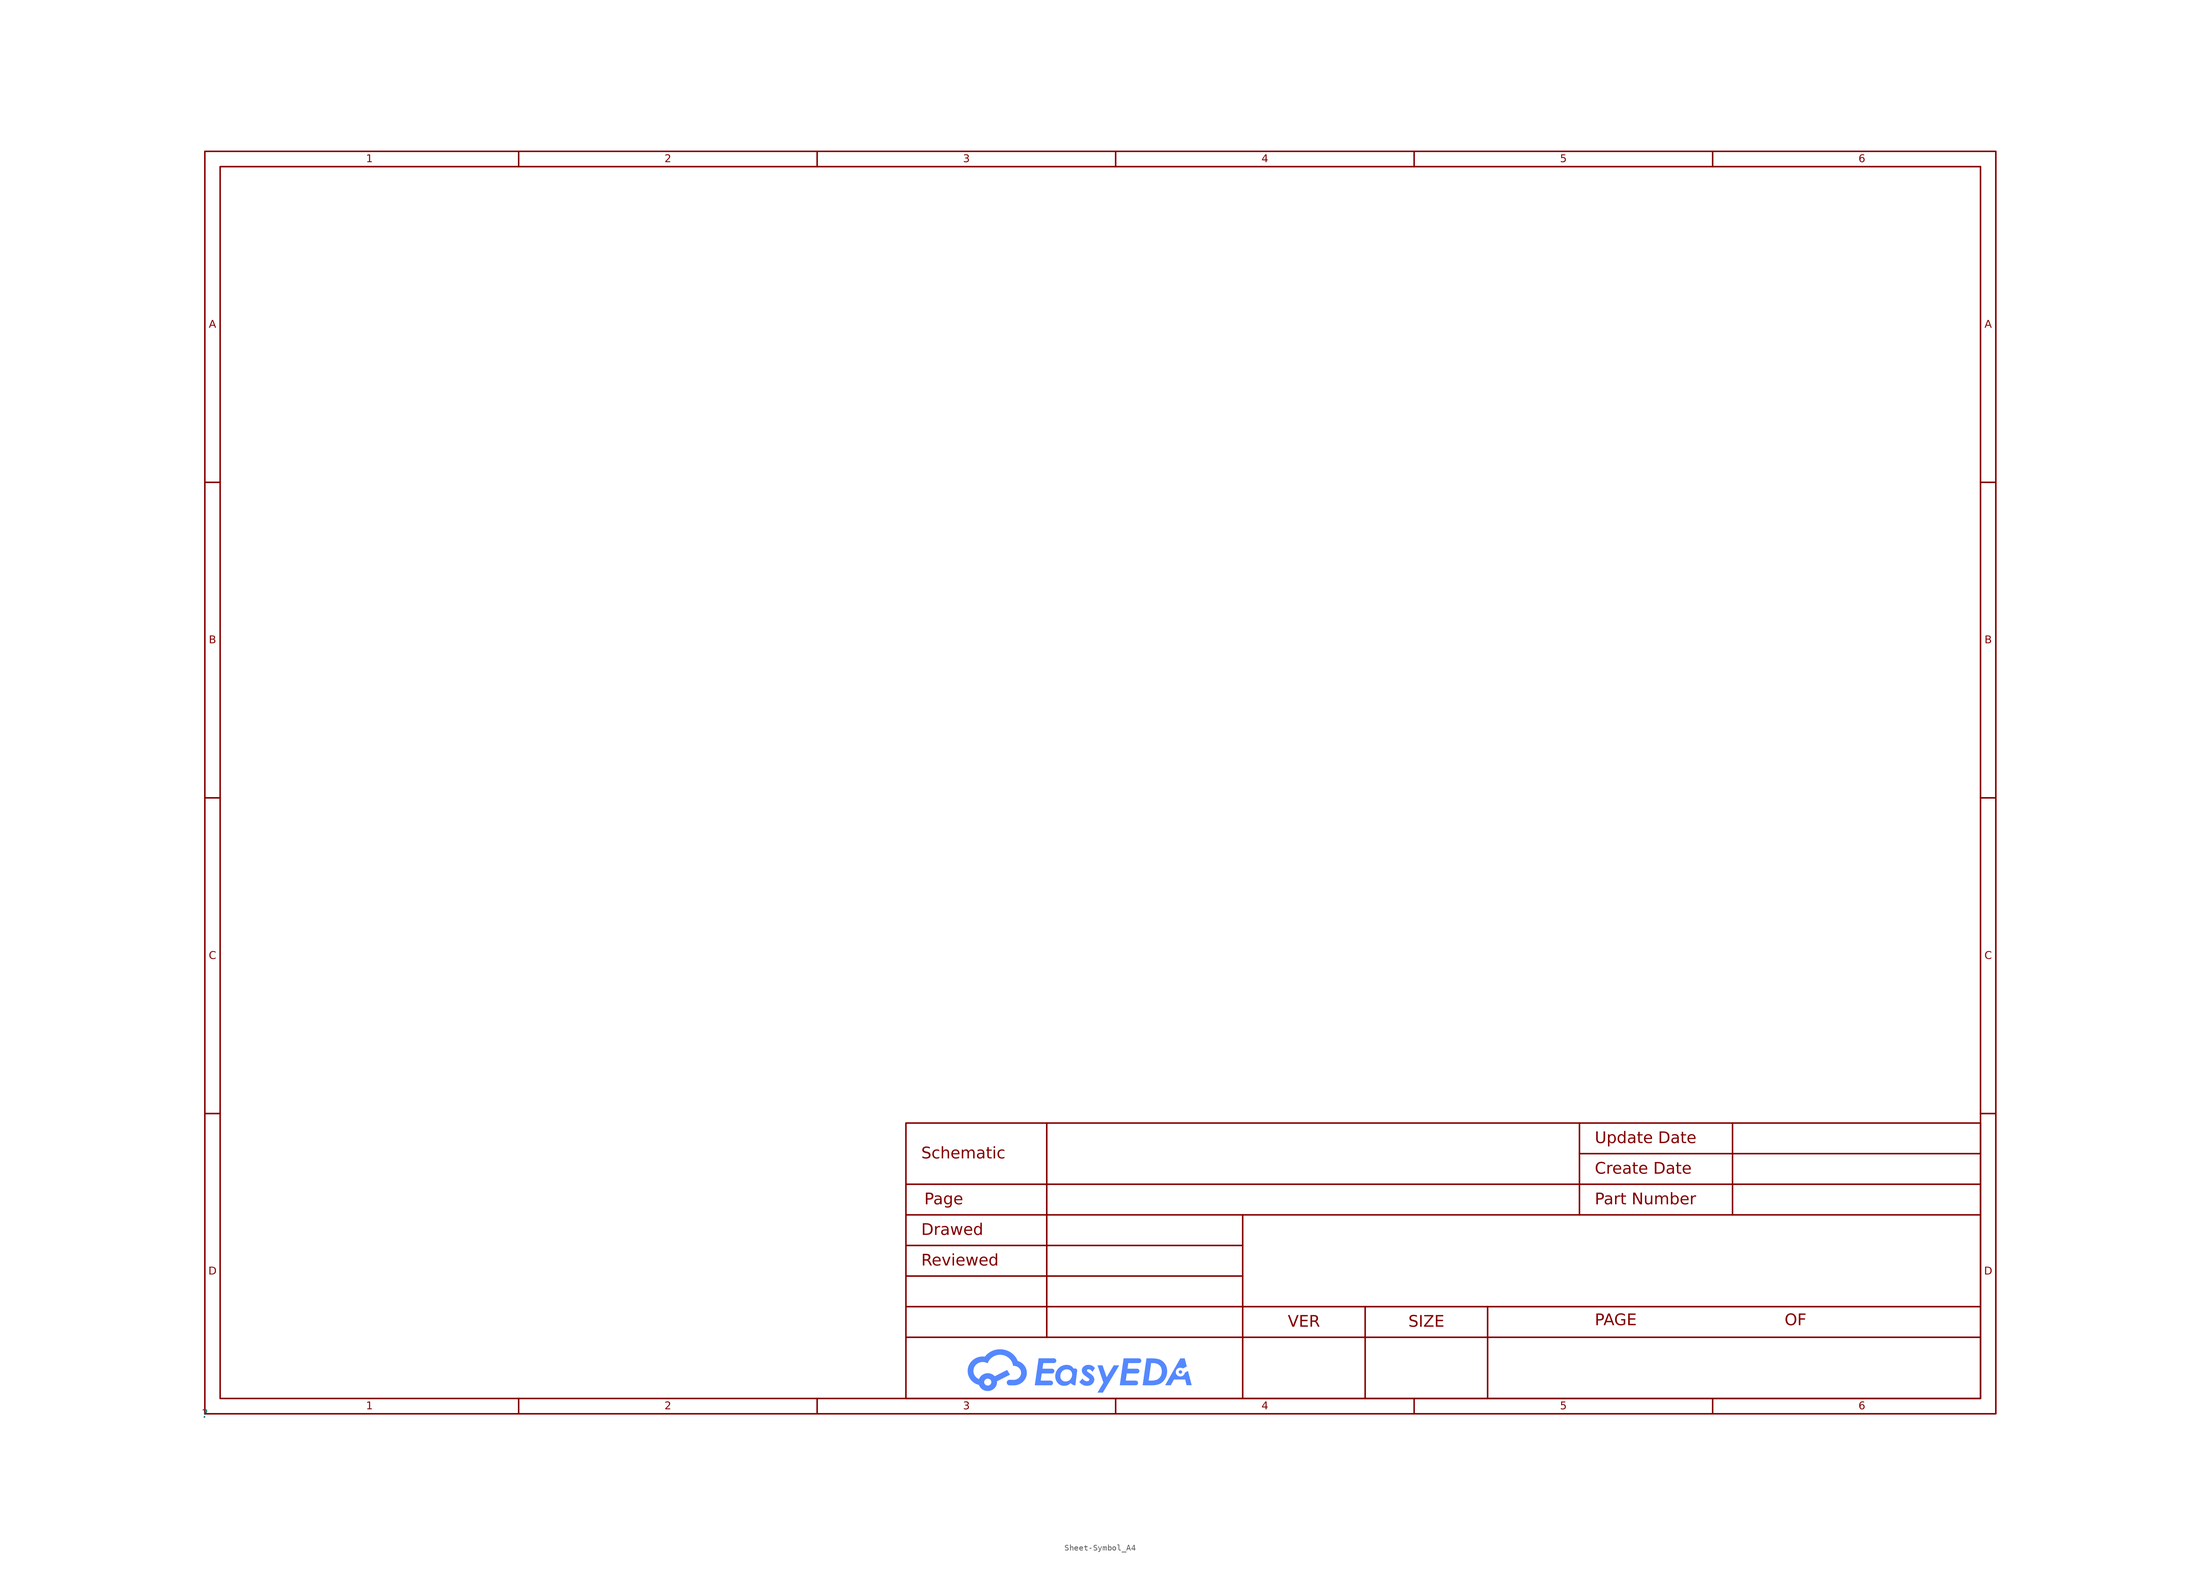
<source format=kicad_sym>
(kicad_symbol_lib
  (version 20231120)
  (generator "kicad_symbol_editor")
  (generator_version "8.0")
  (symbol "Sheet-Symbol_A4"
    (property "Reference" ""
      (at 0 0 0)
      (effects (font (size 1.27 1.27))))
    (property "Value" ""
      (at 0 0 0)
      (effects (font (size 1.27 1.27))))
    (symbol "Sheet-Symbol_A4_0_0"
      (polyline (pts (xy 149.632 6.075) (xy 150.813 8.041) (xy 151.727 8.041) (xy 149.013 3.514) (xy 148.118 3.514) (xy 149.099 5.179) (xy 148.127 8.041) (xy 148.96 8.041) (xy 149.632 6.075)) (stroke (width -0.0001) (type solid)) (fill (type color) (color 85 136 255 1)))
      (polyline (pts (xy 162.939 7.856) (xy 162.295 7.515) (xy 162.272 7.529) (xy 162.248 7.543) (xy 162.224 7.556) (xy 162.199 7.569) (xy 162.174 7.58) (xy 162.148 7.591) (xy 162.121 7.601) (xy 162.095 7.61) (xy 162.067 7.617) (xy 162.039 7.624) (xy 162.011 7.63) (xy 161.982 7.635) (xy 161.953 7.639) (xy 161.924 7.642) (xy 161.894 7.644) (xy 161.865 7.644) (xy 161.826 7.643) (xy 161.787 7.64) (xy 161.75 7.636) (xy 161.713 7.63) (xy 161.676 7.621) (xy 161.641 7.612) (xy 161.606 7.6) (xy 161.571 7.587) (xy 161.538 7.573) (xy 161.505 7.557) (xy 161.474 7.54) (xy 161.443 7.521) (xy 161.414 7.501) (xy 161.385 7.479) (xy 161.358 7.456) (xy 161.332 7.433) (xy 161.307 7.407) (xy 161.283 7.381) (xy 161.261 7.354) (xy 161.24 7.325) (xy 161.22 7.296) (xy 161.202 7.266) (xy 161.185 7.235) (xy 161.17 7.203) (xy 161.157 7.17) (xy 161.145 7.136) (xy 161.135 7.102) (xy 161.126 7.067) (xy 161.12 7.031) (xy 161.115 6.995) (xy 161.112 6.958) (xy 161.111 6.921) (xy 161.112 6.884) (xy 161.115 6.847) (xy 161.12 6.811) (xy 161.126 6.776) (xy 161.135 6.74) (xy 161.145 6.706) (xy 161.157 6.673) (xy 161.17 6.64) (xy 161.185 6.608) (xy 161.202 6.577) (xy 161.22 6.546) (xy 161.24 6.517) (xy 161.261 6.489) (xy 161.283 6.461) (xy 161.307 6.435) (xy 161.332 6.41) (xy 161.358 6.386) (xy 161.385 6.363) (xy 161.414 6.342) (xy 161.443 6.322) (xy 161.474 6.303) (xy 161.505 6.285) (xy 161.538 6.269) (xy 161.571 6.255) (xy 161.606 6.242) (xy 161.641 6.231) (xy 161.676 6.221) (xy 161.713 6.213) (xy 161.75 6.207) (xy 161.787 6.202) (xy 161.826 6.199) (xy 161.865 6.198) (xy 161.901 6.199) (xy 161.936 6.202) (xy 161.971 6.205) (xy 162.006 6.211) (xy 162.04 6.218) (xy 162.073 6.226) (xy 162.106 6.236) (xy 162.139 6.247) (xy 162.17 6.26) (xy 162.201 6.274) (xy 162.231 6.289) (xy 162.26 6.306) (xy 162.288 6.323) (xy 162.316 6.342) (xy 162.343 6.362) (xy 162.368 6.383) (xy 162.393 6.405) (xy 162.416 6.428) (xy 162.439 6.452) (xy 162.46 6.477) (xy 162.48 6.503) (xy 162.499 6.53) (xy 162.517 6.558) (xy 162.533 6.586) (xy 162.548 6.615) (xy 162.562 6.645) (xy 162.574 6.676) (xy 162.585 6.707) (xy 162.595 6.739) (xy 162.602 6.772) (xy 162.609 6.805) (xy 162.613 6.839) (xy 163.132 7.113) (xy 163.751 4.737) (xy 162.904 4.737) (xy 162.658 5.687) (xy 160.811 5.687) (xy 160.281 4.737) (xy 159.341 4.737) (xy 161.853 9.199) (xy 162.59 9.199) (xy 162.939 7.856)) (stroke (width -0.0001) (type solid)) (fill (type color) (color 85 136 255 1)))
      (polyline (pts (xy 161.893 7.218) (xy 161.908 7.216) (xy 161.923 7.215) (xy 161.937 7.212) (xy 161.951 7.209) (xy 161.965 7.205) (xy 161.978 7.201) (xy 161.992 7.196) (xy 162.005 7.191) (xy 162.017 7.184) (xy 162.029 7.178) (xy 162.041 7.17) (xy 162.052 7.163) (xy 162.063 7.154) (xy 162.074 7.146) (xy 162.084 7.136) (xy 162.094 7.127) (xy 162.103 7.117) (xy 162.112 7.106) (xy 162.12 7.095) (xy 162.127 7.084) (xy 162.134 7.072) (xy 162.141 7.06) (xy 162.146 7.048) (xy 162.152 7.035) (xy 162.156 7.022) (xy 162.16 7.009) (xy 162.163 6.995) (xy 162.166 6.981) (xy 162.168 6.968) (xy 162.169 6.953) (xy 162.169 6.939) (xy 162.169 6.925) (xy 162.168 6.911) (xy 162.166 6.897) (xy 162.163 6.883) (xy 162.16 6.869) (xy 162.156 6.856) (xy 162.152 6.843) (xy 162.146 6.83) (xy 162.141 6.818) (xy 162.134 6.806) (xy 162.127 6.795) (xy 162.12 6.783) (xy 162.112 6.772) (xy 162.103 6.762) (xy 162.094 6.752) (xy 162.084 6.742) (xy 162.074 6.733) (xy 162.063 6.724) (xy 162.052 6.716) (xy 162.041 6.708) (xy 162.029 6.701) (xy 162.017 6.694) (xy 162.005 6.688) (xy 161.992 6.682) (xy 161.978 6.677) (xy 161.965 6.673) (xy 161.951 6.669) (xy 161.937 6.666) (xy 161.923 6.663) (xy 161.908 6.662) (xy 161.893 6.66) (xy 161.879 6.66) (xy 161.864 6.66) (xy 161.849 6.662) (xy 161.834 6.663) (xy 161.82 6.666) (xy 161.806 6.669) (xy 161.792 6.673) (xy 161.779 6.677) (xy 161.765 6.682) (xy 161.752 6.688) (xy 161.74 6.694) (xy 161.728 6.701) (xy 161.716 6.708) (xy 161.705 6.716) (xy 161.694 6.724) (xy 161.683 6.733) (xy 161.673 6.742) (xy 161.663 6.752) (xy 161.654 6.762) (xy 161.646 6.772) (xy 161.637 6.783) (xy 161.63 6.795) (xy 161.623 6.806) (xy 161.617 6.818) (xy 161.611 6.83) (xy 161.606 6.843) (xy 161.601 6.856) (xy 161.597 6.869) (xy 161.594 6.883) (xy 161.591 6.897) (xy 161.589 6.911) (xy 161.588 6.925) (xy 161.588 6.939) (xy 161.588 6.953) (xy 161.589 6.968) (xy 161.591 6.981) (xy 161.594 6.995) (xy 161.597 7.009) (xy 161.601 7.022) (xy 161.606 7.035) (xy 161.611 7.048) (xy 161.617 7.06) (xy 161.623 7.072) (xy 161.63 7.084) (xy 161.637 7.095) (xy 161.646 7.106) (xy 161.654 7.117) (xy 161.663 7.127) (xy 161.673 7.136) (xy 161.683 7.146) (xy 161.694 7.154) (xy 161.705 7.163) (xy 161.716 7.17) (xy 161.728 7.178) (xy 161.74 7.184) (xy 161.752 7.191) (xy 161.765 7.196) (xy 161.779 7.201) (xy 161.792 7.205) (xy 161.806 7.209) (xy 161.82 7.212) (xy 161.834 7.215) (xy 161.849 7.216) (xy 161.864 7.218) (xy 161.879 7.218) (xy 161.893 7.218)) (stroke (width -0.0001) (type solid)) (fill (type color) (color 85 136 255 1)))
      (polyline (pts (xy 157.114 9.205) (xy 157.238 9.202) (xy 157.357 9.198) (xy 157.473 9.191) (xy 157.584 9.183) (xy 157.692 9.173) (xy 157.795 9.161) (xy 157.893 9.147) (xy 157.988 9.132) (xy 158.078 9.114) (xy 158.165 9.095) (xy 158.247 9.073) (xy 158.325 9.05) (xy 158.399 9.025) (xy 158.469 8.998) (xy 158.534 8.97) (xy 158.597 8.939) (xy 158.659 8.907) (xy 158.719 8.872) (xy 158.777 8.835) (xy 158.834 8.796) (xy 158.889 8.755) (xy 158.943 8.712) (xy 158.995 8.667) (xy 159.046 8.62) (xy 159.095 8.57) (xy 159.143 8.518) (xy 159.189 8.465) (xy 159.234 8.409) (xy 159.278 8.351) (xy 159.32 8.291) (xy 159.36 8.229) (xy 159.398 8.165) (xy 159.434 8.1) (xy 159.468 8.034) (xy 159.499 7.966) (xy 159.528 7.897) (xy 159.554 7.827) (xy 159.577 7.756) (xy 159.599 7.684) (xy 159.617 7.61) (xy 159.633 7.535) (xy 159.647 7.459) (xy 159.659 7.382) (xy 159.667 7.304) (xy 159.673 7.224) (xy 159.677 7.144) (xy 159.679 7.062) (xy 159.677 6.977) (xy 159.673 6.894) (xy 159.667 6.811) (xy 159.658 6.729) (xy 159.646 6.648) (xy 159.631 6.568) (xy 159.614 6.489) (xy 159.595 6.41) (xy 159.572 6.333) (xy 159.547 6.256) (xy 159.519 6.181) (xy 159.489 6.106) (xy 159.456 6.032) (xy 159.421 5.958) (xy 159.382 5.886) (xy 159.341 5.814) (xy 159.298 5.745) (xy 159.254 5.678) (xy 159.208 5.613) (xy 159.161 5.551) (xy 159.112 5.49) (xy 159.062 5.433) (xy 159.011 5.377) (xy 158.958 5.324) (xy 158.904 5.274) (xy 158.849 5.226) (xy 158.792 5.18) (xy 158.734 5.136) (xy 158.674 5.095) (xy 158.613 5.057) (xy 158.551 5.021) (xy 158.488 4.987) (xy 158.422 4.955) (xy 158.353 4.926) (xy 158.281 4.898) (xy 158.206 4.872) (xy 158.128 4.849) (xy 158.046 4.828) (xy 157.962 4.808) (xy 157.874 4.791) (xy 157.783 4.776) (xy 157.689 4.762) (xy 157.592 4.751) (xy 157.492 4.742) (xy 157.389 4.735) (xy 157.282 4.73) (xy 157.173 4.727) (xy 157.06 4.726) (xy 155.609 4.726) (xy 155.72 5.509) (xy 156.604 5.509) (xy 156.893 5.509) (xy 157.053 5.511) (xy 157.202 5.516) (xy 157.273 5.519) (xy 157.34 5.524) (xy 157.405 5.529) (xy 157.467 5.536) (xy 157.525 5.543) (xy 157.581 5.551) (xy 157.635 5.559) (xy 157.685 5.569) (xy 157.732 5.58) (xy 157.777 5.591) (xy 157.819 5.603) (xy 157.858 5.616) (xy 157.909 5.636) (xy 157.96 5.657) (xy 158.009 5.68) (xy 158.056 5.705) (xy 158.103 5.731) (xy 158.148 5.76) (xy 158.192 5.79) (xy 158.235 5.822) (xy 158.276 5.855) (xy 158.316 5.89) (xy 158.355 5.927) (xy 158.392 5.965) (xy 158.429 6.005) (xy 158.464 6.047) (xy 158.497 6.091) (xy 158.53 6.136) (xy 158.56 6.183) (xy 158.589 6.231) (xy 158.616 6.28) (xy 158.641 6.331) (xy 158.664 6.383) (xy 158.685 6.437) (xy 158.703 6.492) (xy 158.72 6.548) (xy 158.735 6.606) (xy 158.748 6.665) (xy 158.759 6.725) (xy 158.768 6.787) (xy 158.776 6.85) (xy 158.781 6.914) (xy 158.784 6.979) (xy 158.786 7.046) (xy 158.785 7.101) (xy 158.783 7.155) (xy 158.779 7.208) (xy 158.774 7.26) (xy 158.768 7.31) (xy 158.76 7.359) (xy 158.751 7.408) (xy 158.74 7.455) (xy 158.728 7.501) (xy 158.715 7.546) (xy 158.701 7.589) (xy 158.684 7.632) (xy 158.667 7.673) (xy 158.648 7.714) (xy 158.628 7.753) (xy 158.606 7.791) (xy 158.583 7.829) (xy 158.559 7.865) (xy 158.534 7.899) (xy 158.507 7.933) (xy 158.479 7.966) (xy 158.451 7.998) (xy 158.421 8.028) (xy 158.39 8.058) (xy 158.358 8.086) (xy 158.325 8.114) (xy 158.29 8.14) (xy 158.255 8.165) (xy 158.218 8.189) (xy 158.181 8.213) (xy 158.142 8.235) (xy 158.102 8.256) (xy 158.06 8.275) (xy 158.017 8.294) (xy 157.972 8.311) (xy 157.926 8.327) (xy 157.878 8.342) (xy 157.828 8.355) (xy 157.776 8.367) (xy 157.723 8.378) (xy 157.668 8.387) (xy 157.612 8.396) (xy 157.554 8.403) (xy 157.494 8.408) (xy 157.432 8.413) (xy 157.368 8.416) (xy 157.303 8.418) (xy 157.237 8.418) (xy 157.016 8.418) (xy 156.604 5.509) (xy 155.72 5.509) (xy 156.246 9.206) (xy 156.986 9.206) (xy 157.114 9.205)) (stroke (width -0.0001) (type solid)) (fill (type color) (color 85 136 255 1)))
      (polyline (pts (xy 140.893 9.21) (xy 140.914 9.209) (xy 140.934 9.206) (xy 140.955 9.203) (xy 140.975 9.198) (xy 140.994 9.193) (xy 141.013 9.186) (xy 141.032 9.179) (xy 141.051 9.171) (xy 141.068 9.162) (xy 141.086 9.153) (xy 141.103 9.143) (xy 141.119 9.132) (xy 141.135 9.12) (xy 141.149 9.107) (xy 141.164 9.094) (xy 141.178 9.08) (xy 141.191 9.066) (xy 141.203 9.051) (xy 141.214 9.035) (xy 141.225 9.019) (xy 141.235 9.002) (xy 141.244 8.985) (xy 141.253 8.968) (xy 141.26 8.95) (xy 141.267 8.931) (xy 141.272 8.912) (xy 141.277 8.893) (xy 141.281 8.874) (xy 141.283 8.854) (xy 141.285 8.834) (xy 141.285 8.813) (xy 141.285 8.793) (xy 141.283 8.773) (xy 141.281 8.753) (xy 141.277 8.733) (xy 141.272 8.714) (xy 141.267 8.695) (xy 141.26 8.677) (xy 141.253 8.659) (xy 141.244 8.642) (xy 141.235 8.624) (xy 141.225 8.608) (xy 141.214 8.592) (xy 141.203 8.576) (xy 141.191 8.561) (xy 141.178 8.547) (xy 141.164 8.533) (xy 141.149 8.52) (xy 141.135 8.507) (xy 141.119 8.495) (xy 141.103 8.484) (xy 141.086 8.474) (xy 141.068 8.464) (xy 141.051 8.456) (xy 141.032 8.447) (xy 141.013 8.44) (xy 140.994 8.434) (xy 140.975 8.429) (xy 140.955 8.424) (xy 140.934 8.421) (xy 140.914 8.418) (xy 140.893 8.417) (xy 140.871 8.416) (xy 139.125 8.414) (xy 138.99 7.484) (xy 140.627 7.484) (xy 140.645 7.48) (xy 140.663 7.476) (xy 140.681 7.471) (xy 140.698 7.466) (xy 140.715 7.46) (xy 140.732 7.453) (xy 140.748 7.445) (xy 140.763 7.437) (xy 140.779 7.428) (xy 140.793 7.419) (xy 140.808 7.409) (xy 140.822 7.398) (xy 140.835 7.387) (xy 140.848 7.375) (xy 140.86 7.363) (xy 140.872 7.35) (xy 140.883 7.337) (xy 140.894 7.323) (xy 140.904 7.309) (xy 140.913 7.294) (xy 140.922 7.279) (xy 140.929 7.264) (xy 140.937 7.248) (xy 140.943 7.232) (xy 140.949 7.215) (xy 140.954 7.198) (xy 140.958 7.181) (xy 140.962 7.163) (xy 140.964 7.146) (xy 140.966 7.128) (xy 140.967 7.109) (xy 140.967 7.091) (xy 140.966 7.07) (xy 140.965 7.05) (xy 140.962 7.03) (xy 140.958 7.011) (xy 140.954 6.992) (xy 140.948 6.973) (xy 140.942 6.955) (xy 140.934 6.936) (xy 140.926 6.919) (xy 140.917 6.902) (xy 140.907 6.885) (xy 140.896 6.869) (xy 140.884 6.854) (xy 140.872 6.838) (xy 140.859 6.824) (xy 140.845 6.81) (xy 140.831 6.797) (xy 140.816 6.785) (xy 140.8 6.773) (xy 140.784 6.762) (xy 140.767 6.751) (xy 140.75 6.742) (xy 140.732 6.733) (xy 140.714 6.725) (xy 140.695 6.718) (xy 140.676 6.712) (xy 140.656 6.706) (xy 140.636 6.702) (xy 140.616 6.698) (xy 140.595 6.696) (xy 140.574 6.694) (xy 140.553 6.694) (xy 138.871 6.696) (xy 138.699 5.507) (xy 140.332 5.509) (xy 140.353 5.508) (xy 140.374 5.507) (xy 140.394 5.504) (xy 140.414 5.501) (xy 140.434 5.496) (xy 140.453 5.491) (xy 140.472 5.485) (xy 140.491 5.478) (xy 140.509 5.47) (xy 140.527 5.461) (xy 140.544 5.452) (xy 140.56 5.442) (xy 140.577 5.431) (xy 140.592 5.419) (xy 140.607 5.407) (xy 140.621 5.394) (xy 140.635 5.38) (xy 140.648 5.366) (xy 140.66 5.351) (xy 140.671 5.335) (xy 140.682 5.319) (xy 140.692 5.303) (xy 140.701 5.286) (xy 140.709 5.269) (xy 140.716 5.251) (xy 140.723 5.233) (xy 140.728 5.214) (xy 140.733 5.195) (xy 140.737 5.176) (xy 140.739 5.156) (xy 140.741 5.136) (xy 140.741 5.116) (xy 140.741 5.096) (xy 140.739 5.077) (xy 140.737 5.058) (xy 140.733 5.039) (xy 140.729 5.02) (xy 140.723 5.002) (xy 140.717 4.984) (xy 140.71 4.966) (xy 140.702 4.949) (xy 140.693 4.933) (xy 140.683 4.916) (xy 140.673 4.901) (xy 140.662 4.885) (xy 140.65 4.871) (xy 140.637 4.856) (xy 140.624 4.843) (xy 140.61 4.83) (xy 140.596 4.818) (xy 140.581 4.806) (xy 140.565 4.795) (xy 140.549 4.785) (xy 140.532 4.775) (xy 140.515 4.767) (xy 140.497 4.759) (xy 140.479 4.752) (xy 140.46 4.745) (xy 140.441 4.74) (xy 140.422 4.735) (xy 140.402 4.731) (xy 140.382 4.728) (xy 140.362 4.726) (xy 140.341 4.726) (xy 137.709 4.726) (xy 138.351 9.211) (xy 140.871 9.211) (xy 140.893 9.21)) (stroke (width -0.0001) (type solid)) (fill (type color) (color 85 136 255 1)))
      (polyline (pts (xy 154.995 9.208) (xy 155.016 9.206) (xy 155.037 9.204) (xy 155.058 9.2) (xy 155.078 9.196) (xy 155.098 9.19) (xy 155.117 9.184) (xy 155.136 9.177) (xy 155.154 9.169) (xy 155.172 9.16) (xy 155.189 9.151) (xy 155.206 9.14) (xy 155.222 9.129) (xy 155.238 9.118) (xy 155.253 9.105) (xy 155.268 9.092) (xy 155.281 9.078) (xy 155.295 9.064) (xy 155.307 9.049) (xy 155.319 9.034) (xy 155.33 9.017) (xy 155.34 9.001) (xy 155.349 8.984) (xy 155.357 8.966) (xy 155.365 8.948) (xy 155.372 8.93) (xy 155.378 8.912) (xy 155.383 8.893) (xy 155.387 8.873) (xy 155.389 8.854) (xy 155.392 8.834) (xy 155.393 8.813) (xy 155.392 8.793) (xy 155.39 8.773) (xy 155.388 8.753) (xy 155.384 8.733) (xy 155.379 8.714) (xy 155.374 8.695) (xy 155.367 8.677) (xy 155.36 8.659) (xy 155.351 8.642) (xy 155.342 8.624) (xy 155.332 8.608) (xy 155.322 8.592) (xy 155.31 8.576) (xy 155.298 8.561) (xy 155.285 8.547) (xy 155.271 8.533) (xy 155.257 8.52) (xy 155.242 8.507) (xy 155.226 8.495) (xy 155.21 8.484) (xy 155.193 8.474) (xy 155.175 8.464) (xy 155.158 8.456) (xy 155.139 8.447) (xy 155.12 8.44) (xy 155.101 8.434) (xy 155.082 8.429) (xy 155.062 8.424) (xy 155.041 8.421) (xy 155.021 8.418) (xy 155 8.417) (xy 154.978 8.416) (xy 153.232 8.414) (xy 153.097 7.484) (xy 154.734 7.484) (xy 154.752 7.48) (xy 154.77 7.476) (xy 154.788 7.471) (xy 154.805 7.466) (xy 154.822 7.46) (xy 154.839 7.453) (xy 154.855 7.445) (xy 154.87 7.437) (xy 154.886 7.428) (xy 154.901 7.419) (xy 154.915 7.409) (xy 154.929 7.398) (xy 154.942 7.387) (xy 154.955 7.375) (xy 154.968 7.363) (xy 154.98 7.35) (xy 154.991 7.337) (xy 155.002 7.323) (xy 155.012 7.309) (xy 155.021 7.295) (xy 155.03 7.28) (xy 155.038 7.264) (xy 155.046 7.249) (xy 155.052 7.232) (xy 155.058 7.216) (xy 155.064 7.199) (xy 155.068 7.182) (xy 155.072 7.165) (xy 155.075 7.147) (xy 155.077 7.129) (xy 155.078 7.111) (xy 155.078 7.093) (xy 155.078 7.073) (xy 155.076 7.053) (xy 155.074 7.033) (xy 155.07 7.013) (xy 155.065 6.994) (xy 155.06 6.975) (xy 155.053 6.957) (xy 155.046 6.939) (xy 155.038 6.921) (xy 155.028 6.904) (xy 155.018 6.887) (xy 155.008 6.871) (xy 154.996 6.856) (xy 154.984 6.841) (xy 154.971 6.826) (xy 154.957 6.812) (xy 154.943 6.799) (xy 154.928 6.787) (xy 154.912 6.775) (xy 154.896 6.764) (xy 154.879 6.753) (xy 154.862 6.744) (xy 154.844 6.735) (xy 154.825 6.727) (xy 154.807 6.72) (xy 154.787 6.714) (xy 154.768 6.708) (xy 154.748 6.704) (xy 154.727 6.7) (xy 154.707 6.698) (xy 154.686 6.696) (xy 154.665 6.696) (xy 152.981 6.698) (xy 152.809 5.509) (xy 154.441 5.511) (xy 154.462 5.511) (xy 154.483 5.509) (xy 154.504 5.506) (xy 154.524 5.503) (xy 154.543 5.499) (xy 154.563 5.493) (xy 154.582 5.487) (xy 154.6 5.48) (xy 154.619 5.472) (xy 154.636 5.463) (xy 154.653 5.454) (xy 154.67 5.444) (xy 154.686 5.433) (xy 154.701 5.421) (xy 154.716 5.409) (xy 154.731 5.396) (xy 154.744 5.382) (xy 154.757 5.368) (xy 154.769 5.353) (xy 154.781 5.338) (xy 154.791 5.322) (xy 154.801 5.305) (xy 154.81 5.288) (xy 154.818 5.271) (xy 154.826 5.253) (xy 154.832 5.235) (xy 154.838 5.216) (xy 154.842 5.197) (xy 154.846 5.178) (xy 154.849 5.158) (xy 154.85 5.138) (xy 154.851 5.118) (xy 154.85 5.098) (xy 154.849 5.079) (xy 154.846 5.06) (xy 154.843 5.041) (xy 154.838 5.022) (xy 154.833 5.004) (xy 154.826 4.986) (xy 154.819 4.968) (xy 154.811 4.951) (xy 154.802 4.935) (xy 154.793 4.918) (xy 154.782 4.903) (xy 154.771 4.888) (xy 154.759 4.873) (xy 154.747 4.859) (xy 154.733 4.845) (xy 154.72 4.832) (xy 154.705 4.82) (xy 154.69 4.808) (xy 154.674 4.797) (xy 154.658 4.787) (xy 154.641 4.778) (xy 154.624 4.769) (xy 154.606 4.761) (xy 154.588 4.754) (xy 154.57 4.747) (xy 154.551 4.742) (xy 154.531 4.737) (xy 154.512 4.733) (xy 154.492 4.731) (xy 154.471 4.729) (xy 154.451 4.728) (xy 151.816 4.728) (xy 152.453 9.208) (xy 154.974 9.208) (xy 154.995 9.208)) (stroke (width -0.0001) (type solid)) (fill (type color) (color 85 136 255 1)))
      (polyline (pts (xy 143.017 8.123) (xy 143.059 8.122) (xy 143.103 8.119) (xy 143.147 8.115) (xy 143.192 8.11) (xy 143.238 8.104) (xy 143.284 8.097) (xy 143.329 8.089) (xy 143.374 8.079) (xy 143.419 8.069) (xy 143.462 8.057) (xy 143.505 8.045) (xy 143.546 8.031) (xy 143.585 8.016) (xy 143.622 8) (xy 143.657 7.983) (xy 143.691 7.965) (xy 143.723 7.946) (xy 143.755 7.926) (xy 143.786 7.905) (xy 143.816 7.883) (xy 143.846 7.86) (xy 143.875 7.836) (xy 143.903 7.811) (xy 143.931 7.785) (xy 143.958 7.757) (xy 143.984 7.729) (xy 144.009 7.7) (xy 144.034 7.67) (xy 144.058 7.638) (xy 144.081 7.606) (xy 144.104 7.573) (xy 144.134 7.519) (xy 144.425 7.519) (xy 144.442 7.519) (xy 144.458 7.517) (xy 144.474 7.515) (xy 144.49 7.512) (xy 144.506 7.509) (xy 144.521 7.504) (xy 144.536 7.499) (xy 144.551 7.494) (xy 144.565 7.487) (xy 144.579 7.48) (xy 144.593 7.473) (xy 144.606 7.465) (xy 144.619 7.456) (xy 144.631 7.447) (xy 144.643 7.437) (xy 144.654 7.427) (xy 144.664 7.416) (xy 144.675 7.404) (xy 144.684 7.393) (xy 144.693 7.381) (xy 144.702 7.368) (xy 144.709 7.355) (xy 144.716 7.342) (xy 144.723 7.328) (xy 144.729 7.314) (xy 144.734 7.299) (xy 144.738 7.285) (xy 144.742 7.269) (xy 144.744 7.254) (xy 144.746 7.239) (xy 144.748 7.223) (xy 144.748 7.207) (xy 144.753 7.207) (xy 144.458 4.822) (xy 144.446 4.726) (xy 144.362 4.726) (xy 144.328 4.728) (xy 144.295 4.732) (xy 144.262 4.737) (xy 144.229 4.744) (xy 144.197 4.751) (xy 144.165 4.76) (xy 144.134 4.77) (xy 144.103 4.78) (xy 144.073 4.793) (xy 144.043 4.806) (xy 144.014 4.819) (xy 143.985 4.835) (xy 143.958 4.851) (xy 143.93 4.867) (xy 143.904 4.885) (xy 143.878 4.904) (xy 143.876 4.906) (xy 143.868 4.911) (xy 143.843 4.931) (xy 143.768 4.992) (xy 143.66 5.083) (xy 143.625 5.052) (xy 143.591 5.023) (xy 143.558 4.995) (xy 143.524 4.968) (xy 143.491 4.943) (xy 143.458 4.918) (xy 143.425 4.895) (xy 143.393 4.873) (xy 143.361 4.852) (xy 143.329 4.833) (xy 143.297 4.814) (xy 143.266 4.797) (xy 143.235 4.781) (xy 143.204 4.766) (xy 143.174 4.752) (xy 143.143 4.739) (xy 143.113 4.727) (xy 143.083 4.715) (xy 143.051 4.705) (xy 143.02 4.695) (xy 142.988 4.686) (xy 142.955 4.678) (xy 142.922 4.671) (xy 142.889 4.665) (xy 142.855 4.659) (xy 142.82 4.654) (xy 142.785 4.65) (xy 142.75 4.647) (xy 142.714 4.644) (xy 142.678 4.642) (xy 142.641 4.641) (xy 142.604 4.641) (xy 142.519 4.643) (xy 142.437 4.648) (xy 142.356 4.658) (xy 142.278 4.671) (xy 142.202 4.688) (xy 142.128 4.709) (xy 142.056 4.733) (xy 141.987 4.762) (xy 141.92 4.794) (xy 141.855 4.83) (xy 141.792 4.869) (xy 141.731 4.913) (xy 141.673 4.96) (xy 141.617 5.011) (xy 141.563 5.066) (xy 141.511 5.125) (xy 141.462 5.186) (xy 141.416 5.249) (xy 141.374 5.312) (xy 141.334 5.377) (xy 141.298 5.443) (xy 141.264 5.511) (xy 141.234 5.579) (xy 141.208 5.649) (xy 141.184 5.72) (xy 141.163 5.792) (xy 141.146 5.866) (xy 141.132 5.941) (xy 141.12 6.016) (xy 141.113 6.094) (xy 141.108 6.172) (xy 141.107 6.232) (xy 141.953 6.232) (xy 141.954 6.184) (xy 141.957 6.137) (xy 141.961 6.091) (xy 141.968 6.047) (xy 141.976 6.003) (xy 141.986 5.961) (xy 141.998 5.92) (xy 142.012 5.881) (xy 142.028 5.842) (xy 142.046 5.804) (xy 142.066 5.768) (xy 142.087 5.733) (xy 142.111 5.699) (xy 142.136 5.667) (xy 142.163 5.635) (xy 142.192 5.605) (xy 142.223 5.576) (xy 142.255 5.548) (xy 142.287 5.523) (xy 142.321 5.5) (xy 142.356 5.478) (xy 142.392 5.459) (xy 142.429 5.441) (xy 142.466 5.425) (xy 142.506 5.411) (xy 142.546 5.399) (xy 142.587 5.389) (xy 142.629 5.381) (xy 142.672 5.374) (xy 142.717 5.37) (xy 142.762 5.367) (xy 142.809 5.366) (xy 142.848 5.367) (xy 142.886 5.368) (xy 142.923 5.371) (xy 142.96 5.374) (xy 142.997 5.379) (xy 143.032 5.385) (xy 143.067 5.392) (xy 143.102 5.399) (xy 143.136 5.408) (xy 143.169 5.418) (xy 143.202 5.429) (xy 143.233 5.441) (xy 143.265 5.454) (xy 143.296 5.468) (xy 143.326 5.484) (xy 143.355 5.5) (xy 143.384 5.517) (xy 143.412 5.536) (xy 143.44 5.556) (xy 143.467 5.576) (xy 143.494 5.598) (xy 143.52 5.622) (xy 143.545 5.646) (xy 143.57 5.672) (xy 143.594 5.699) (xy 143.617 5.727) (xy 143.64 5.756) (xy 143.663 5.786) (xy 143.684 5.818) (xy 143.705 5.851) (xy 143.726 5.884) (xy 143.746 5.919) (xy 143.765 5.955) (xy 143.783 5.991) (xy 143.799 6.027) (xy 143.815 6.063) (xy 143.829 6.099) (xy 143.842 6.135) (xy 143.854 6.172) (xy 143.864 6.208) (xy 143.874 6.245) (xy 143.882 6.282) (xy 143.888 6.319) (xy 143.894 6.356) (xy 143.898 6.393) (xy 143.901 6.43) (xy 143.903 6.467) (xy 143.904 6.504) (xy 143.903 6.553) (xy 143.9 6.6) (xy 143.896 6.646) (xy 143.889 6.691) (xy 143.881 6.735) (xy 143.871 6.778) (xy 143.859 6.819) (xy 143.845 6.859) (xy 143.829 6.898) (xy 143.811 6.936) (xy 143.792 6.973) (xy 143.771 7.008) (xy 143.747 7.042) (xy 143.722 7.075) (xy 143.696 7.107) (xy 143.667 7.138) (xy 143.637 7.166) (xy 143.605 7.193) (xy 143.572 7.218) (xy 143.539 7.242) (xy 143.504 7.263) (xy 143.467 7.283) (xy 143.43 7.301) (xy 143.391 7.316) (xy 143.351 7.33) (xy 143.31 7.343) (xy 143.268 7.353) (xy 143.225 7.361) (xy 143.18 7.368) (xy 143.134 7.373) (xy 143.087 7.375) (xy 143.039 7.376) (xy 142.983 7.375) (xy 142.928 7.372) (xy 142.874 7.365) (xy 142.821 7.357) (xy 142.769 7.346) (xy 142.718 7.332) (xy 142.669 7.316) (xy 142.62 7.297) (xy 142.572 7.276) (xy 142.526 7.252) (xy 142.481 7.226) (xy 142.436 7.198) (xy 142.393 7.166) (xy 142.351 7.133) (xy 142.309 7.096) (xy 142.269 7.057) (xy 142.231 7.016) (xy 142.195 6.974) (xy 142.161 6.931) (xy 142.13 6.885) (xy 142.102 6.839) (xy 142.076 6.791) (xy 142.053 6.741) (xy 142.032 6.691) (xy 142.013 6.638) (xy 141.997 6.585) (xy 141.984 6.529) (xy 141.972 6.473) (xy 141.964 6.415) (xy 141.958 6.355) (xy 141.954 6.294) (xy 141.953 6.232) (xy 141.107 6.232) (xy 141.106 6.252) (xy 141.107 6.313) (xy 141.111 6.373) (xy 141.116 6.434) (xy 141.123 6.494) (xy 141.132 6.553) (xy 141.143 6.612) (xy 141.157 6.671) (xy 141.172 6.73) (xy 141.189 6.788) (xy 141.209 6.846) (xy 141.23 6.903) (xy 141.254 6.96) (xy 141.279 7.017) (xy 141.306 7.073) (xy 141.335 7.129) (xy 141.367 7.184) (xy 141.4 7.239) (xy 141.434 7.293) (xy 141.47 7.344) (xy 141.507 7.395) (xy 141.546 7.443) (xy 141.586 7.49) (xy 141.627 7.536) (xy 141.67 7.58) (xy 141.714 7.622) (xy 141.76 7.663) (xy 141.807 7.702) (xy 141.855 7.74) (xy 141.905 7.777) (xy 141.956 7.811) (xy 142.008 7.845) (xy 142.062 7.876) (xy 142.117 7.906) (xy 142.172 7.934) (xy 142.227 7.96) (xy 142.283 7.985) (xy 142.339 8.007) (xy 142.395 8.027) (xy 142.452 8.046) (xy 142.509 8.062) (xy 142.566 8.076) (xy 142.624 8.089) (xy 142.681 8.1) (xy 142.74 8.108) (xy 142.798 8.115) (xy 142.857 8.12) (xy 142.917 8.123) (xy 142.976 8.124) (xy 143.017 8.123)) (stroke (width -0.0001) (type solid)) (fill (type color) (color 85 136 255 1)))
      (polyline (pts (xy 146.664 8.126) (xy 146.703 8.124) (xy 146.742 8.121) (xy 146.78 8.117) (xy 146.818 8.112) (xy 146.856 8.106) (xy 146.894 8.099) (xy 146.932 8.091) (xy 146.969 8.081) (xy 147.006 8.071) (xy 147.043 8.059) (xy 147.079 8.046) (xy 147.115 8.032) (xy 147.151 8.017) (xy 147.187 8.001) (xy 147.223 7.983) (xy 147.258 7.965) (xy 147.292 7.946) (xy 147.325 7.925) (xy 147.358 7.904) (xy 147.39 7.882) (xy 147.421 7.859) (xy 147.451 7.835) (xy 147.481 7.81) (xy 147.51 7.784) (xy 147.538 7.757) (xy 147.566 7.729) (xy 147.593 7.701) (xy 147.619 7.671) (xy 147.644 7.641) (xy 147.668 7.609) (xy 147.692 7.577) (xy 147.288 6.955) (xy 147.268 6.982) (xy 147.248 7.009) (xy 147.228 7.035) (xy 147.208 7.059) (xy 147.188 7.083) (xy 147.168 7.106) (xy 147.148 7.128) (xy 147.127 7.149) (xy 147.107 7.169) (xy 147.086 7.188) (xy 147.065 7.206) (xy 147.044 7.223) (xy 147.024 7.24) (xy 147.002 7.255) (xy 146.981 7.269) (xy 146.96 7.283) (xy 146.939 7.295) (xy 146.917 7.307) (xy 146.897 7.318) (xy 146.876 7.328) (xy 146.855 7.338) (xy 146.835 7.346) (xy 146.814 7.354) (xy 146.794 7.361) (xy 146.774 7.367) (xy 146.754 7.373) (xy 146.735 7.377) (xy 146.715 7.381) (xy 146.696 7.384) (xy 146.677 7.386) (xy 146.658 7.387) (xy 146.639 7.388) (xy 146.625 7.387) (xy 146.611 7.387) (xy 146.598 7.386) (xy 146.585 7.384) (xy 146.572 7.382) (xy 146.559 7.379) (xy 146.547 7.376) (xy 146.535 7.372) (xy 146.523 7.369) (xy 146.511 7.364) (xy 146.499 7.359) (xy 146.488 7.354) (xy 146.477 7.348) (xy 146.466 7.341) (xy 146.456 7.335) (xy 146.446 7.327) (xy 146.436 7.32) (xy 146.427 7.312) (xy 146.418 7.304) (xy 146.411 7.296) (xy 146.403 7.288) (xy 146.397 7.28) (xy 146.391 7.272) (xy 146.385 7.263) (xy 146.381 7.255) (xy 146.377 7.246) (xy 146.373 7.237) (xy 146.371 7.229) (xy 146.369 7.219) (xy 146.367 7.21) (xy 146.367 7.201) (xy 146.367 7.191) (xy 146.367 7.182) (xy 146.368 7.173) (xy 146.369 7.164) (xy 146.371 7.154) (xy 146.373 7.145) (xy 146.376 7.136) (xy 146.379 7.127) (xy 146.382 7.118) (xy 146.387 7.108) (xy 146.391 7.099) (xy 146.397 7.09) (xy 146.402 7.081) (xy 146.408 7.072) (xy 146.415 7.062) (xy 146.422 7.053) (xy 146.43 7.044) (xy 146.438 7.034) (xy 146.448 7.023) (xy 146.475 6.999) (xy 146.508 6.97) (xy 146.55 6.937) (xy 146.6 6.899) (xy 146.657 6.857) (xy 146.722 6.811) (xy 146.795 6.761) (xy 146.855 6.719) (xy 146.912 6.678) (xy 146.966 6.638) (xy 147.018 6.599) (xy 147.067 6.561) (xy 147.114 6.523) (xy 147.158 6.486) (xy 147.199 6.45) (xy 147.238 6.414) (xy 147.274 6.379) (xy 147.308 6.345) (xy 147.339 6.312) (xy 147.367 6.28) (xy 147.393 6.248) (xy 147.416 6.217) (xy 147.437 6.187) (xy 147.455 6.157) (xy 147.473 6.126) (xy 147.489 6.096) (xy 147.504 6.064) (xy 147.518 6.033) (xy 147.53 6.001) (xy 147.542 5.97) (xy 147.552 5.937) (xy 147.561 5.905) (xy 147.569 5.872) (xy 147.575 5.838) (xy 147.581 5.805) (xy 147.585 5.771) (xy 147.588 5.737) (xy 147.589 5.702) (xy 147.59 5.667) (xy 147.589 5.621) (xy 147.585 5.576) (xy 147.579 5.53) (xy 147.57 5.485) (xy 147.559 5.441) (xy 147.546 5.396) (xy 147.53 5.352) (xy 147.511 5.308) (xy 147.49 5.264) (xy 147.467 5.221) (xy 147.441 5.178) (xy 147.412 5.136) (xy 147.382 5.093) (xy 147.348 5.051) (xy 147.312 5.01) (xy 147.274 4.969) (xy 147.233 4.929) (xy 147.19 4.892) (xy 147.145 4.857) (xy 147.098 4.825) (xy 147.048 4.796) (xy 146.996 4.769) (xy 146.942 4.745) (xy 146.886 4.723) (xy 146.828 4.704) (xy 146.767 4.687) (xy 146.705 4.673) (xy 146.64 4.661) (xy 146.572 4.652) (xy 146.503 4.646) (xy 146.431 4.642) (xy 146.357 4.641) (xy 146.315 4.641) (xy 146.272 4.643) (xy 146.23 4.646) (xy 146.188 4.649) (xy 146.147 4.654) (xy 146.107 4.66) (xy 146.066 4.666) (xy 146.027 4.674) (xy 145.988 4.683) (xy 145.949 4.693) (xy 145.911 4.704) (xy 145.873 4.716) (xy 145.836 4.729) (xy 145.799 4.743) (xy 145.763 4.758) (xy 145.727 4.775) (xy 145.692 4.792) (xy 145.656 4.812) (xy 145.619 4.833) (xy 145.582 4.856) (xy 145.544 4.88) (xy 145.506 4.907) (xy 145.467 4.935) (xy 145.428 4.965) (xy 145.388 4.997) (xy 145.347 5.03) (xy 145.306 5.065) (xy 145.265 5.102) (xy 145.223 5.14) (xy 145.181 5.18) (xy 145.095 5.266) (xy 145.618 5.85) (xy 145.663 5.795) (xy 145.708 5.744) (xy 145.754 5.697) (xy 145.8 5.653) (xy 145.847 5.612) (xy 145.894 5.575) (xy 145.942 5.542) (xy 145.991 5.512) (xy 146.04 5.486) (xy 146.089 5.463) (xy 146.139 5.443) (xy 146.19 5.428) (xy 146.241 5.415) (xy 146.292 5.407) (xy 146.345 5.401) (xy 146.397 5.399) (xy 146.418 5.4) (xy 146.438 5.401) (xy 146.457 5.402) (xy 146.476 5.404) (xy 146.495 5.407) (xy 146.513 5.411) (xy 146.53 5.415) (xy 146.547 5.419) (xy 146.564 5.425) (xy 146.58 5.43) (xy 146.595 5.437) (xy 146.61 5.444) (xy 146.624 5.451) (xy 146.638 5.46) (xy 146.652 5.468) (xy 146.665 5.478) (xy 146.677 5.488) (xy 146.688 5.498) (xy 146.699 5.508) (xy 146.709 5.519) (xy 146.718 5.53) (xy 146.726 5.541) (xy 146.733 5.552) (xy 146.74 5.564) (xy 146.746 5.575) (xy 146.751 5.587) (xy 146.755 5.599) (xy 146.758 5.611) (xy 146.761 5.624) (xy 146.763 5.636) (xy 146.764 5.649) (xy 146.764 5.663) (xy 146.764 5.674) (xy 146.763 5.684) (xy 146.762 5.695) (xy 146.76 5.706) (xy 146.757 5.717) (xy 146.754 5.728) (xy 146.75 5.739) (xy 146.745 5.75) (xy 146.74 5.761) (xy 146.734 5.772) (xy 146.728 5.783) (xy 146.721 5.794) (xy 146.714 5.805) (xy 146.706 5.816) (xy 146.697 5.828) (xy 146.688 5.839) (xy 146.677 5.851) (xy 146.664 5.864) (xy 146.633 5.893) (xy 146.593 5.927) (xy 146.545 5.965) (xy 146.489 6.007) (xy 146.424 6.054) (xy 146.352 6.105) (xy 146.272 6.16) (xy 146.224 6.194) (xy 146.178 6.226) (xy 146.133 6.258) (xy 146.091 6.29) (xy 146.05 6.32) (xy 146.012 6.351) (xy 145.975 6.38) (xy 145.94 6.409) (xy 145.907 6.438) (xy 145.876 6.466) (xy 145.847 6.493) (xy 145.82 6.52) (xy 145.794 6.546) (xy 145.771 6.571) (xy 145.749 6.596) (xy 145.73 6.62) (xy 145.704 6.654) (xy 145.681 6.687) (xy 145.659 6.722) (xy 145.638 6.756) (xy 145.619 6.79) (xy 145.602 6.825) (xy 145.587 6.861) (xy 145.573 6.896) (xy 145.56 6.931) (xy 145.55 6.967) (xy 145.541 7.003) (xy 145.533 7.04) (xy 145.528 7.076) (xy 145.524 7.113) (xy 145.521 7.15) (xy 145.52 7.187) (xy 145.522 7.238) (xy 145.525 7.288) (xy 145.532 7.337) (xy 145.541 7.385) (xy 145.552 7.432) (xy 145.566 7.477) (xy 145.583 7.521) (xy 145.602 7.564) (xy 145.624 7.606) (xy 145.648 7.647) (xy 145.675 7.686) (xy 145.705 7.725) (xy 145.737 7.762) (xy 145.771 7.797) (xy 145.809 7.832) (xy 145.848 7.865) (xy 145.89 7.897) (xy 145.932 7.926) (xy 145.976 7.954) (xy 146.02 7.979) (xy 146.065 8.003) (xy 146.112 8.024) (xy 146.159 8.043) (xy 146.207 8.061) (xy 146.256 8.076) (xy 146.306 8.089) (xy 146.357 8.101) (xy 146.409 8.11) (xy 146.462 8.117) (xy 146.515 8.122) (xy 146.57 8.125) (xy 146.625 8.126) (xy 146.664 8.126)) (stroke (width -0.0001) (type solid)) (fill (type color) (color 85 136 255 1)))
      (polyline (pts (xy 132.098 10.707) (xy 132.242 10.697) (xy 132.384 10.681) (xy 132.526 10.659) (xy 132.666 10.631) (xy 132.804 10.597) (xy 132.94 10.557) (xy 133.074 10.511) (xy 133.206 10.459) (xy 133.335 10.402) (xy 133.462 10.338) (xy 133.585 10.27) (xy 133.706 10.195) (xy 133.823 10.116) (xy 133.936 10.03) (xy 134.046 9.94) (xy 134.115 9.879) (xy 134.182 9.815) (xy 134.247 9.75) (xy 134.309 9.684) (xy 134.37 9.616) (xy 134.428 9.546) (xy 134.484 9.475) (xy 134.537 9.402) (xy 134.588 9.328) (xy 134.637 9.252) (xy 134.683 9.175) (xy 134.727 9.097) (xy 134.769 9.018) (xy 134.808 8.938) (xy 134.844 8.856) (xy 134.878 8.773) (xy 135.04 8.717) (xy 135.196 8.65) (xy 135.345 8.571) (xy 135.487 8.482) (xy 135.62 8.383) (xy 135.745 8.274) (xy 135.861 8.156) (xy 135.967 8.03) (xy 136.063 7.897) (xy 136.148 7.756) (xy 136.222 7.609) (xy 136.283 7.456) (xy 136.332 7.297) (xy 136.368 7.133) (xy 136.381 7.05) (xy 136.39 6.966) (xy 136.395 6.88) (xy 136.397 6.794) (xy 136.395 6.696) (xy 136.387 6.599) (xy 136.376 6.502) (xy 136.359 6.407) (xy 136.338 6.312) (xy 136.313 6.219) (xy 136.283 6.127) (xy 136.248 6.037) (xy 136.21 5.948) (xy 136.167 5.861) (xy 136.12 5.776) (xy 136.068 5.693) (xy 136.013 5.612) (xy 135.953 5.534) (xy 135.89 5.457) (xy 135.823 5.384) (xy 135.752 5.314) (xy 135.679 5.247) (xy 135.602 5.184) (xy 135.524 5.125) (xy 135.442 5.069) (xy 135.358 5.017) (xy 135.272 4.969) (xy 135.184 4.925) (xy 135.093 4.885) (xy 135.001 4.849) (xy 134.907 4.817) (xy 134.811 4.79) (xy 134.714 4.766) (xy 134.616 4.747) (xy 134.516 4.732) (xy 134.416 4.721) (xy 134.374 4.717) (xy 133.506 4.717) (xy 133.506 4.721) (xy 133.483 4.723) (xy 133.46 4.727) (xy 133.438 4.731) (xy 133.416 4.737) (xy 133.394 4.743) (xy 133.373 4.75) (xy 133.352 4.758) (xy 133.332 4.768) (xy 133.312 4.777) (xy 133.293 4.788) (xy 133.274 4.8) (xy 133.256 4.812) (xy 133.239 4.825) (xy 133.222 4.839) (xy 133.206 4.853) (xy 133.191 4.868) (xy 133.176 4.884) (xy 133.162 4.901) (xy 133.149 4.918) (xy 133.137 4.935) (xy 133.126 4.954) (xy 133.115 4.972) (xy 133.105 4.991) (xy 133.096 5.011) (xy 133.089 5.031) (xy 133.082 5.052) (xy 133.076 5.073) (xy 133.071 5.094) (xy 133.067 5.116) (xy 133.064 5.138) (xy 133.063 5.16) (xy 133.062 5.183) (xy 133.063 5.207) (xy 133.065 5.231) (xy 133.068 5.254) (xy 133.072 5.277) (xy 133.077 5.299) (xy 133.084 5.321) (xy 133.091 5.343) (xy 133.1 5.364) (xy 133.11 5.384) (xy 133.12 5.404) (xy 133.132 5.424) (xy 133.145 5.443) (xy 133.158 5.461) (xy 133.173 5.478) (xy 133.188 5.495) (xy 133.204 5.511) (xy 133.22 5.527) (xy 133.238 5.541) (xy 133.256 5.555) (xy 133.275 5.568) (xy 133.295 5.58) (xy 133.315 5.591) (xy 133.336 5.601) (xy 133.357 5.611) (xy 133.379 5.619) (xy 133.402 5.626) (xy 133.425 5.633) (xy 133.448 5.638) (xy 133.472 5.642) (xy 133.496 5.645) (xy 133.521 5.646) (xy 133.546 5.647) (xy 133.558 5.647) (xy 133.57 5.647) (xy 133.582 5.646) (xy 133.594 5.645) (xy 133.606 5.644) (xy 133.618 5.642) (xy 133.63 5.641) (xy 133.641 5.638) (xy 134.332 5.638) (xy 134.389 5.644) (xy 134.446 5.653) (xy 134.502 5.664) (xy 134.557 5.678) (xy 134.611 5.694) (xy 134.663 5.712) (xy 134.715 5.732) (xy 134.765 5.755) (xy 134.815 5.78) (xy 134.862 5.807) (xy 134.909 5.836) (xy 134.953 5.866) (xy 134.996 5.899) (xy 135.038 5.934) (xy 135.078 5.97) (xy 135.116 6.008) (xy 135.153 6.047) (xy 135.187 6.088) (xy 135.22 6.131) (xy 135.25 6.175) (xy 135.279 6.221) (xy 135.305 6.267) (xy 135.329 6.315) (xy 135.351 6.365) (xy 135.37 6.415) (xy 135.388 6.466) (xy 135.402 6.519) (xy 135.414 6.572) (xy 135.424 6.627) (xy 135.431 6.682) (xy 135.435 6.737) (xy 135.436 6.794) (xy 135.435 6.854) (xy 135.43 6.913) (xy 135.423 6.971) (xy 135.412 7.028) (xy 135.398 7.084) (xy 135.382 7.139) (xy 135.363 7.193) (xy 135.341 7.245) (xy 135.317 7.297) (xy 135.291 7.347) (xy 135.261 7.396) (xy 135.23 7.443) (xy 135.196 7.488) (xy 135.16 7.532) (xy 135.122 7.574) (xy 135.082 7.614) (xy 135.04 7.653) (xy 134.996 7.689) (xy 134.951 7.724) (xy 134.903 7.756) (xy 134.854 7.786) (xy 134.803 7.814) (xy 134.751 7.84) (xy 134.698 7.863) (xy 134.643 7.884) (xy 134.587 7.902) (xy 134.529 7.918) (xy 134.471 7.931) (xy 134.411 7.941) (xy 134.351 7.948) (xy 134.289 7.953) (xy 134.227 7.954) (xy 134.212 7.954) (xy 134.198 7.954) (xy 134.183 7.953) (xy 134.168 7.953) (xy 134.153 7.952) (xy 134.138 7.951) (xy 134.123 7.949) (xy 134.109 7.948) (xy 134.095 8.044) (xy 134.076 8.139) (xy 134.054 8.233) (xy 134.026 8.325) (xy 133.995 8.415) (xy 133.959 8.503) (xy 133.92 8.589) (xy 133.877 8.674) (xy 133.83 8.756) (xy 133.779 8.835) (xy 133.725 8.913) (xy 133.667 8.988) (xy 133.606 9.06) (xy 133.541 9.129) (xy 133.474 9.196) (xy 133.403 9.259) (xy 133.33 9.32) (xy 133.253 9.377) (xy 133.174 9.432) (xy 133.093 9.483) (xy 133.009 9.53) (xy 132.923 9.574) (xy 132.834 9.614) (xy 132.743 9.65) (xy 132.65 9.683) (xy 132.556 9.712) (xy 132.459 9.736) (xy 132.361 9.756) (xy 132.261 9.772) (xy 132.16 9.784) (xy 132.057 9.791) (xy 131.953 9.793) (xy 131.863 9.791) (xy 131.775 9.786) (xy 131.687 9.777) (xy 131.601 9.766) (xy 131.516 9.751) (xy 131.432 9.732) (xy 131.349 9.711) (xy 131.267 9.687) (xy 131.187 9.659) (xy 131.108 9.629) (xy 131.031 9.596) (xy 130.956 9.56) (xy 130.882 9.522) (xy 130.81 9.48) (xy 130.74 9.437) (xy 130.672 9.39) (xy 130.605 9.342) (xy 130.541 9.291) (xy 130.479 9.238) (xy 130.419 9.182) (xy 130.361 9.124) (xy 130.306 9.065) (xy 130.253 9.003) (xy 130.202 8.939) (xy 130.154 8.873) (xy 130.109 8.806) (xy 130.066 8.737) (xy 130.026 8.666) (xy 129.989 8.594) (xy 129.954 8.52) (xy 129.923 8.444) (xy 129.895 8.367) (xy 129.85 8.393) (xy 129.804 8.418) (xy 129.757 8.441) (xy 129.709 8.463) (xy 129.66 8.483) (xy 129.611 8.501) (xy 129.56 8.518) (xy 129.509 8.533) (xy 129.457 8.547) (xy 129.404 8.559) (xy 129.351 8.569) (xy 129.297 8.577) (xy 129.243 8.584) (xy 129.188 8.589) (xy 129.132 8.591) (xy 129.076 8.592) (xy 128.996 8.591) (xy 128.918 8.585) (xy 128.841 8.575) (xy 128.765 8.562) (xy 128.69 8.546) (xy 128.617 8.526) (xy 128.545 8.502) (xy 128.475 8.476) (xy 128.406 8.446) (xy 128.34 8.413) (xy 128.275 8.378) (xy 128.212 8.339) (xy 128.152 8.298) (xy 128.094 8.254) (xy 128.037 8.207) (xy 127.984 8.158) (xy 127.933 8.106) (xy 127.884 8.053) (xy 127.838 7.997) (xy 127.795 7.939) (xy 127.755 7.878) (xy 127.718 7.816) (xy 127.684 7.753) (xy 127.653 7.687) (xy 127.626 7.62) (xy 127.601 7.551) (xy 127.58 7.481) (xy 127.563 7.409) (xy 127.55 7.336) (xy 127.54 7.262) (xy 127.534 7.187) (xy 127.532 7.111) (xy 127.533 7.054) (xy 127.536 6.998) (xy 127.542 6.943) (xy 127.549 6.888) (xy 127.559 6.833) (xy 127.571 6.78) (xy 127.584 6.727) (xy 127.6 6.675) (xy 127.618 6.624) (xy 127.637 6.574) (xy 127.658 6.524) (xy 127.681 6.476) (xy 127.706 6.428) (xy 127.733 6.381) (xy 127.761 6.336) (xy 127.79 6.291) (xy 127.822 6.248) (xy 127.855 6.205) (xy 127.889 6.164) (xy 127.925 6.125) (xy 127.963 6.086) (xy 128.002 6.048) (xy 128.042 6.013) (xy 128.083 5.978) (xy 128.126 5.945) (xy 128.17 5.913) (xy 128.215 5.882) (xy 128.261 5.854) (xy 128.309 5.826) (xy 128.357 5.801) (xy 128.407 5.777) (xy 128.457 5.754) (xy 128.502 5.859) (xy 128.554 5.96) (xy 128.614 6.057) (xy 128.681 6.149) (xy 128.754 6.235) (xy 128.835 6.316) (xy 128.921 6.391) (xy 129.013 6.459) (xy 129.11 6.521) (xy 129.213 6.576) (xy 129.319 6.623) (xy 129.43 6.663) (xy 129.545 6.694) (xy 129.663 6.717) (xy 129.785 6.731) (xy 129.846 6.735) (xy 129.909 6.736) (xy 129.994 6.734) (xy 130.079 6.727) (xy 130.162 6.716) (xy 130.244 6.701) (xy 130.324 6.682) (xy 130.403 6.658) (xy 130.479 6.631) (xy 130.554 6.601) (xy 130.626 6.566) (xy 130.696 6.528) (xy 130.764 6.487) (xy 130.83 6.442) (xy 130.893 6.395) (xy 130.953 6.344) (xy 131.01 6.29) (xy 131.064 6.234) (xy 133.13 7.274) (xy 133.602 6.488) (xy 131.441 5.399) (xy 131.443 5.382) (xy 131.444 5.364) (xy 131.445 5.346) (xy 131.446 5.328) (xy 131.447 5.31) (xy 131.448 5.292) (xy 131.448 5.274) (xy 131.448 5.257) (xy 131.446 5.181) (xy 131.44 5.106) (xy 131.43 5.032) (xy 131.417 4.959) (xy 131.4 4.888) (xy 131.379 4.818) (xy 131.355 4.749) (xy 131.327 4.682) (xy 131.296 4.617) (xy 131.262 4.553) (xy 131.225 4.491) (xy 131.185 4.431) (xy 131.142 4.373) (xy 131.096 4.318) (xy 131.048 4.264) (xy 130.997 4.213) (xy 130.943 4.164) (xy 130.887 4.117) (xy 130.829 4.073) (xy 130.769 4.032) (xy 130.706 3.994) (xy 130.642 3.958) (xy 130.575 3.925) (xy 130.507 3.896) (xy 130.437 3.869) (xy 130.366 3.846) (xy 130.293 3.826) (xy 130.218 3.81) (xy 130.143 3.797) (xy 130.066 3.787) (xy 129.988 3.781) (xy 129.909 3.78) (xy 129.845 3.781) (xy 129.783 3.784) (xy 129.721 3.79) (xy 129.66 3.799) (xy 129.6 3.809) (xy 129.54 3.822) (xy 129.482 3.837) (xy 129.424 3.854) (xy 129.367 3.874) (xy 129.312 3.895) (xy 129.257 3.918) (xy 129.204 3.944) (xy 129.152 3.971) (xy 129.101 4) (xy 129.051 4.031) (xy 129.002 4.063) (xy 128.956 4.098) (xy 128.91 4.134) (xy 128.866 4.171) (xy 128.823 4.21) (xy 128.782 4.251) (xy 128.743 4.293) (xy 128.705 4.337) (xy 128.669 4.382) (xy 128.635 4.428) (xy 128.603 4.476) (xy 128.573 4.525) (xy 128.544 4.575) (xy 128.518 4.626) (xy 128.493 4.678) (xy 128.471 4.731) (xy 128.45 4.786) (xy 128.362 4.809) (xy 128.276 4.835) (xy 128.19 4.865) (xy 128.106 4.897) (xy 128.022 4.932) (xy 127.941 4.97) (xy 127.861 5.011) (xy 127.782 5.055) (xy 127.705 5.101) (xy 127.63 5.151) (xy 127.557 5.202) (xy 127.486 5.257) (xy 129.313 5.257) (xy 129.314 5.227) (xy 129.316 5.198) (xy 129.32 5.17) (xy 129.325 5.142) (xy 129.332 5.114) (xy 129.34 5.087) (xy 129.35 5.061) (xy 129.36 5.035) (xy 129.372 5.009) (xy 129.385 4.985) (xy 129.4 4.961) (xy 129.415 4.938) (xy 129.432 4.915) (xy 129.45 4.894) (xy 129.468 4.873) (xy 129.488 4.853) (xy 129.509 4.834) (xy 129.53 4.816) (xy 129.553 4.799) (xy 129.576 4.783) (xy 129.6 4.768) (xy 129.625 4.755) (xy 129.651 4.742) (xy 129.677 4.73) (xy 129.704 4.72) (xy 129.732 4.711) (xy 129.76 4.704) (xy 129.789 4.697) (xy 129.818 4.692) (xy 129.848 4.688) (xy 129.878 4.686) (xy 129.909 4.685) (xy 129.939 4.686) (xy 129.969 4.688) (xy 129.999 4.692) (xy 130.028 4.697) (xy 130.057 4.704) (xy 130.085 4.711) (xy 130.113 4.72) (xy 130.14 4.73) (xy 130.166 4.742) (xy 130.192 4.755) (xy 130.217 4.768) (xy 130.241 4.783) (xy 130.264 4.799) (xy 130.287 4.816) (xy 130.309 4.834) (xy 130.329 4.853) (xy 130.349 4.873) (xy 130.368 4.894) (xy 130.385 4.915) (xy 130.402 4.938) (xy 130.417 4.961) (xy 130.432 4.985) (xy 130.445 5.009) (xy 130.457 5.035) (xy 130.468 5.061) (xy 130.477 5.087) (xy 130.485 5.114) (xy 130.492 5.142) (xy 130.497 5.17) (xy 130.501 5.198) (xy 130.503 5.227) (xy 130.504 5.257) (xy 130.503 5.286) (xy 130.501 5.315) (xy 130.497 5.343) (xy 130.492 5.372) (xy 130.485 5.399) (xy 130.477 5.426) (xy 130.468 5.453) (xy 130.457 5.479) (xy 130.445 5.504) (xy 130.432 5.529) (xy 130.417 5.553) (xy 130.402 5.576) (xy 130.385 5.598) (xy 130.368 5.62) (xy 130.349 5.64) (xy 130.329 5.66) (xy 130.309 5.679) (xy 130.287 5.697) (xy 130.264 5.714) (xy 130.241 5.73) (xy 130.217 5.745) (xy 130.192 5.759) (xy 130.166 5.771) (xy 130.14 5.783) (xy 130.113 5.793) (xy 130.085 5.802) (xy 130.057 5.81) (xy 130.028 5.816) (xy 129.999 5.821) (xy 129.969 5.825) (xy 129.939 5.827) (xy 129.909 5.828) (xy 129.878 5.827) (xy 129.848 5.825) (xy 129.818 5.821) (xy 129.789 5.816) (xy 129.76 5.81) (xy 129.732 5.802) (xy 129.704 5.793) (xy 129.677 5.783) (xy 129.651 5.771) (xy 129.625 5.759) (xy 129.6 5.745) (xy 129.576 5.73) (xy 129.553 5.714) (xy 129.53 5.697) (xy 129.509 5.679) (xy 129.488 5.66) (xy 129.468 5.64) (xy 129.45 5.62) (xy 129.432 5.598) (xy 129.415 5.576) (xy 129.4 5.553) (xy 129.385 5.529) (xy 129.372 5.504) (xy 129.36 5.479) (xy 129.35 5.453) (xy 129.34 5.426) (xy 129.332 5.399) (xy 129.325 5.372) (xy 129.32 5.343) (xy 129.316 5.315) (xy 129.314 5.286) (xy 129.313 5.257) (xy 127.486 5.257) (xy 127.485 5.257) (xy 127.416 5.314) (xy 127.349 5.373) (xy 127.283 5.435) (xy 127.22 5.5) (xy 127.144 5.584) (xy 127.073 5.671) (xy 127.006 5.761) (xy 126.944 5.854) (xy 126.886 5.949) (xy 126.833 6.046) (xy 126.784 6.145) (xy 126.741 6.247) (xy 126.702 6.35) (xy 126.668 6.454) (xy 126.64 6.561) (xy 126.616 6.668) (xy 126.598 6.777) (xy 126.584 6.887) (xy 126.576 6.997) (xy 126.574 7.109) (xy 126.577 7.229) (xy 126.586 7.348) (xy 126.601 7.465) (xy 126.622 7.581) (xy 126.648 7.696) (xy 126.681 7.809) (xy 126.719 7.92) (xy 126.763 8.029) (xy 126.812 8.136) (xy 126.867 8.24) (xy 126.927 8.342) (xy 126.993 8.441) (xy 127.063 8.537) (xy 127.139 8.63) (xy 127.22 8.72) (xy 127.306 8.807) (xy 127.397 8.889) (xy 127.49 8.967) (xy 127.588 9.04) (xy 127.688 9.108) (xy 127.791 9.17) (xy 127.898 9.228) (xy 128.006 9.281) (xy 128.118 9.328) (xy 128.232 9.37) (xy 128.347 9.407) (xy 128.465 9.438) (xy 128.584 9.463) (xy 128.705 9.483) (xy 128.828 9.498) (xy 128.951 9.507) (xy 129.076 9.51) (xy 129.121 9.509) (xy 129.166 9.508) (xy 129.211 9.506) (xy 129.256 9.503) (xy 129.3 9.5) (xy 129.344 9.495) (xy 129.388 9.491) (xy 129.432 9.485) (xy 129.467 9.531) (xy 129.503 9.576) (xy 129.541 9.62) (xy 129.579 9.664) (xy 129.618 9.707) (xy 129.658 9.749) (xy 129.698 9.79) (xy 129.74 9.831) (xy 129.782 9.871) (xy 129.826 9.91) (xy 129.87 9.949) (xy 129.915 9.986) (xy 129.961 10.024) (xy 130.008 10.06) (xy 130.055 10.095) (xy 130.104 10.13) (xy 130.206 10.199) (xy 130.311 10.264) (xy 130.417 10.324) (xy 130.526 10.381) (xy 130.637 10.432) (xy 130.749 10.48) (xy 130.864 10.523) (xy 130.98 10.562) (xy 131.097 10.597) (xy 131.216 10.627) (xy 131.336 10.652) (xy 131.457 10.673) (xy 131.58 10.689) (xy 131.703 10.701) (xy 131.828 10.708) (xy 131.953 10.71) (xy 132.098 10.707)) (stroke (width -0.0001) (type solid)) (fill (type color) (color 85 136 255 1))))
    (symbol "Sheet-Symbol_A4_1_0"
      (polyline (pts (xy 0 49.835) (xy 2.54 49.835)) (stroke (width 0.254) (type solid)) (fill (type none)))
      (polyline (pts (xy 0 102.235) (xy 2.54 102.235)) (stroke (width 0.254) (type solid)) (fill (type none)))
      (polyline (pts (xy 0 154.61) (xy 2.54 154.61)) (stroke (width 0.254) (type solid)) (fill (type none)))
      (polyline (pts (xy 52.07 2.54) (xy 52.07 0)) (stroke (width 0.254) (type solid)) (fill (type none)))
      (polyline (pts (xy 52.07 209.55) (xy 52.07 207.01)) (stroke (width 0.254) (type solid)) (fill (type none)))
      (polyline (pts (xy 101.6 2.54) (xy 101.6 0)) (stroke (width 0.254) (type solid)) (fill (type none)))
      (polyline (pts (xy 101.6 209.55) (xy 101.6 207.01)) (stroke (width 0.254) (type solid)) (fill (type none)))
      (polyline (pts (xy 139.7 12.7) (xy 139.7 48.26)) (stroke (width 0.254) (type solid)) (fill (type none)))
      (polyline (pts (xy 151.13 2.54) (xy 151.13 0)) (stroke (width 0.254) (type solid)) (fill (type none)))
      (polyline (pts (xy 151.13 209.55) (xy 151.13 207.01)) (stroke (width 0.254) (type solid)) (fill (type none)))
      (polyline (pts (xy 172.212 22.86) (xy 116.332 22.86)) (stroke (width 0.254) (type solid)) (fill (type none)))
      (polyline (pts (xy 172.212 27.94) (xy 116.332 27.94)) (stroke (width 0.254) (type solid)) (fill (type none)))
      (polyline (pts (xy 172.212 33.02) (xy 172.212 2.54)) (stroke (width 0.254) (type solid)) (fill (type none)))
      (polyline (pts (xy 192.532 2.54) (xy 192.532 17.78)) (stroke (width 0.254) (type solid)) (fill (type none)))
      (polyline (pts (xy 200.66 2.54) (xy 200.66 0)) (stroke (width 0.254) (type solid)) (fill (type none)))
      (polyline (pts (xy 200.66 209.55) (xy 200.66 207.01)) (stroke (width 0.254) (type solid)) (fill (type none)))
      (polyline (pts (xy 212.852 17.78) (xy 212.852 2.54)) (stroke (width 0.254) (type solid)) (fill (type none)))
      (polyline (pts (xy 228.092 48.26) (xy 228.092 33.02)) (stroke (width 0.254) (type solid)) (fill (type none)))
      (polyline (pts (xy 250.19 2.54) (xy 250.19 0)) (stroke (width 0.254) (type solid)) (fill (type none)))
      (polyline (pts (xy 250.19 209.55) (xy 250.19 207.01)) (stroke (width 0.254) (type solid)) (fill (type none)))
      (polyline (pts (xy 253.492 33.02) (xy 253.492 48.26)) (stroke (width 0.254) (type solid)) (fill (type none)))
      (polyline (pts (xy 294.64 12.7) (xy 116.332 12.7)) (stroke (width 0.254) (type solid)) (fill (type none)))
      (polyline (pts (xy 294.64 17.78) (xy 116.332 17.78)) (stroke (width 0.254) (type solid)) (fill (type none)))
      (polyline (pts (xy 294.64 33.02) (xy 116.332 33.02)) (stroke (width 0.254) (type solid)) (fill (type none)))
      (polyline (pts (xy 294.64 38.1) (xy 116.332 38.1)) (stroke (width 0.254) (type solid)) (fill (type none)))
      (polyline (pts (xy 294.64 43.18) (xy 228.092 43.18)) (stroke (width 0.254) (type solid)) (fill (type none)))
      (polyline (pts (xy 294.64 49.835) (xy 297.18 49.835)) (stroke (width 0.254) (type solid)) (fill (type none)))
      (polyline (pts (xy 294.64 102.235) (xy 297.18 102.235)) (stroke (width 0.254) (type solid)) (fill (type none)))
      (polyline (pts (xy 294.64 154.61) (xy 297.18 154.61)) (stroke (width 0.254) (type solid)) (fill (type none)))
      (rectangle (start 0 209.55) (end 297.18 0) (stroke (width 0.254) (type solid)) (fill (type none)))
      (rectangle (start 2.54 207.01) (end 294.64 2.54) (stroke (width 0.254) (type solid)) (fill (type none)))
      (rectangle (start 116.332 48.26) (end 294.64 2.54) (stroke (width 0.254) (type solid)) (fill (type none)))
      (text "1" (at 27.305 1.27 0) (effects (font (face "宋体") (size 1.27 1.27))))
      (text "1" (at 27.305 208.28 0) (effects (font (face "宋体") (size 1.27 1.27))))
      (text "2" (at 76.835 1.27 0) (effects (font (face "宋体") (size 1.27 1.27))))
      (text "2" (at 76.835 208.28 0) (effects (font (face "宋体") (size 1.27 1.27))))
      (text "3" (at 126.365 1.27 0) (effects (font (face "宋体") (size 1.27 1.27))))
      (text "3" (at 126.365 208.28 0) (effects (font (face "宋体") (size 1.27 1.27))))
      (text "4" (at 175.895 1.27 0) (effects (font (face "宋体") (size 1.27 1.27))))
      (text "4" (at 175.895 208.28 0) (effects (font (face "宋体") (size 1.27 1.27))))
      (text "5" (at 225.425 1.27 0) (effects (font (face "宋体") (size 1.27 1.27))))
      (text "5" (at 225.425 208.28 0) (effects (font (face "宋体") (size 1.27 1.27))))
      (text "6" (at 274.955 1.27 0) (effects (font (face "宋体") (size 1.27 1.27))))
      (text "6" (at 274.955 208.28 0) (effects (font (face "宋体") (size 1.27 1.27))))
      (text "A" (at 1.27 180.797 0) (effects (font (face "宋体") (size 1.27 1.27))))
      (text "A" (at 295.91 180.797 0) (effects (font (face "宋体") (size 1.27 1.27))))
      (text "B" (at 1.27 128.422 0) (effects (font (face "宋体") (size 1.27 1.27))))
      (text "B" (at 295.91 128.422 0) (effects (font (face "宋体") (size 1.27 1.27))))
      (text "C" (at 1.27 76.022 0) (effects (font (face "宋体") (size 1.27 1.27))))
      (text "C" (at 295.91 76.022 0) (effects (font (face "宋体") (size 1.27 1.27))))
      (text "Create Date" (at 230.632 40.64 0) (effects (font (face "宋体") (size 1.905 1.905)) (justify left)))
      (text "D" (at 1.27 23.647 0) (effects (font (face "宋体") (size 1.27 1.27))))
      (text "D" (at 295.91 23.647 0) (effects (font (face "宋体") (size 1.27 1.27))))
      (text "Drawed" (at 118.872 30.48 0) (effects (font (face "宋体") (size 1.905 1.905)) (justify left)))
      (text "OF" (at 262.128 15.494 0) (effects (font (face "宋体") (size 1.905 1.905)) (justify left)))
      (text "Page" (at 119.38 35.56 0) (effects (font (face "宋体") (size 1.905 1.905)) (justify left)))
      (text "PAGE" (at 230.632 15.494 0) (effects (font (face "宋体") (size 1.905 1.905)) (justify left)))
      (text "Part Number" (at 230.632 35.56 0) (effects (font (face "宋体") (size 1.905 1.905)) (justify left)))
      (text "Reviewed" (at 118.872 25.4 0) (effects (font (face "宋体") (size 1.905 1.905)) (justify left)))
      (text "Schematic" (at 118.872 43.18 0) (effects (font (face "宋体") (size 1.905 1.905)) (justify left)))
      (text "SIZE" (at 202.692 15.24 0) (effects (font (face "宋体") (size 1.905 1.905))))
      (text "Update Date" (at 230.632 45.72 0) (effects (font (face "宋体") (size 1.905 1.905)) (justify left)))
      (text "VER" (at 182.372 15.24 0) (effects (font (face "宋体") (size 1.905 1.905)))))))
</source>
